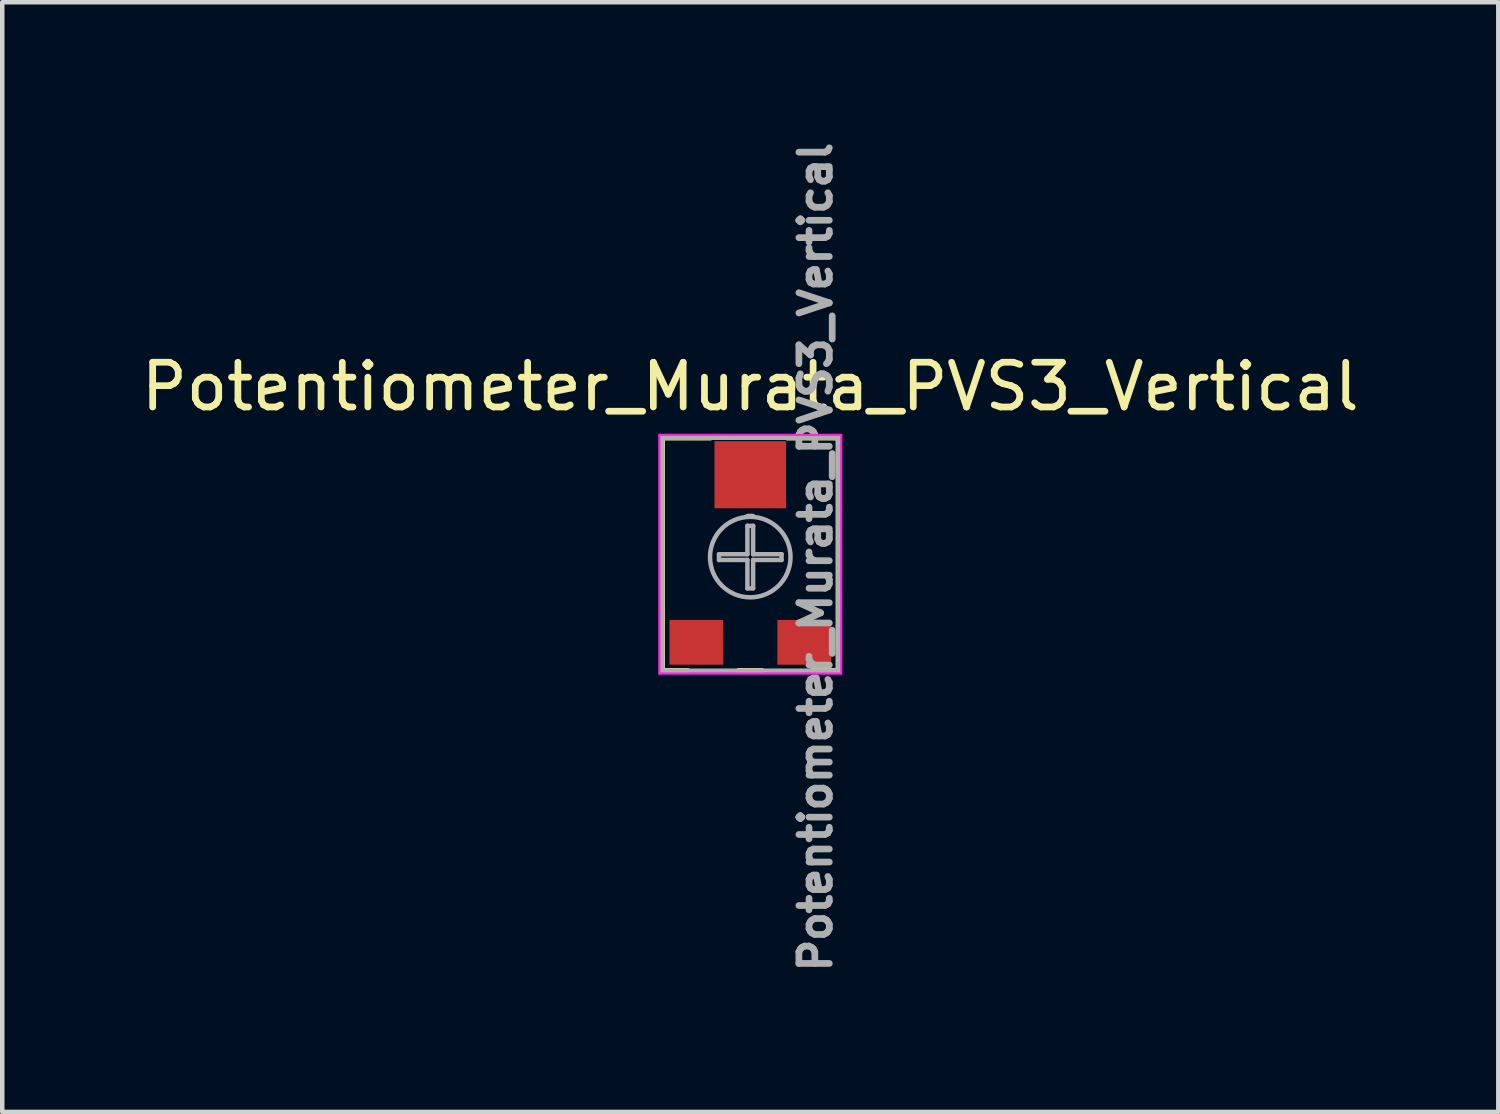
<source format=kicad_pcb>
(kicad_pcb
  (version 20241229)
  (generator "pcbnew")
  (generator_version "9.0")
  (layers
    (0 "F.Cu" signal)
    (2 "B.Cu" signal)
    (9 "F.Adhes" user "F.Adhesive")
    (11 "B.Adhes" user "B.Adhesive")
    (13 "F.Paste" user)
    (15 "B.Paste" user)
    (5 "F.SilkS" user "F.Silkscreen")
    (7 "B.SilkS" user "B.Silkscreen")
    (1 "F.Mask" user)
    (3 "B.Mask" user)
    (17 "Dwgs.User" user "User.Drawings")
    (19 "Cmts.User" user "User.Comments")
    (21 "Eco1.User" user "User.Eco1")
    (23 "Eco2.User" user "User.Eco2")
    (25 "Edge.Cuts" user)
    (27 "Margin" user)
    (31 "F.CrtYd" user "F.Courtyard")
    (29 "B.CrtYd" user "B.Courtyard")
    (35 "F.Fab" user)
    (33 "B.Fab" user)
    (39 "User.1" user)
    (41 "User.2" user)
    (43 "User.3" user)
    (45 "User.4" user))
  (footprint "Potentiometer_Murata_PVS3_Vertical"
    (layer "F.Cu")
    (at 13.72 9.402)
    (property "Reference" "Potentiometer_Murata_PVS3_Vertical" (at 0 -3.81 0) (layer "F.SilkS") (effects (font (size 1 1) (thickness 0.15))))
    (attr smd)
    (fp_line (start -1.968 -2.667) (end -1.968 2.54) (stroke (width 0.12) (type solid)) (layer "F.SilkS"))
    (fp_line (start -1.397 2.54) (end -1.968 2.54) (stroke (width 0.12) (type solid)) (layer "F.SilkS"))
    (fp_line (start -0.889 -2.667) (end -1.968 -2.667) (stroke (width 0.12) (type solid)) (layer "F.SilkS"))
    (fp_line (start 0.26 2.54) (end -0.26 2.54) (stroke (width 0.12) (type solid)) (layer "F.SilkS"))
    (fp_line (start 1.968 -2.667) (end 0.826 -2.667) (stroke (width 0.12) (type solid)) (layer "F.SilkS"))
    (fp_line (start 1.968 -2.667) (end 1.968 2.54) (stroke (width 0.12) (type solid)) (layer "F.SilkS"))
    (fp_line (start 1.968 2.54) (end 1.387 2.54) (stroke (width 0.12) (type solid)) (layer "F.SilkS"))
    (fp_line (start -2.032 -2.731) (end -2.032 2.603) (stroke (width 0.05) (type solid)) (layer "F.CrtYd"))
    (fp_line (start -2.032 2.603) (end 2.032 2.603) (stroke (width 0.05) (type solid)) (layer "F.CrtYd"))
    (fp_line (start 2.032 -2.731) (end -2.032 -2.731) (stroke (width 0.05) (type solid)) (layer "F.CrtYd"))
    (fp_line (start 2.032 2.603) (end 2.032 -2.731) (stroke (width 0.05) (type solid)) (layer "F.CrtYd"))
    (fp_line (start -1.968 -2.667) (end -1.968 2.54) (stroke (width 0.1) (type solid)) (layer "F.Fab"))
    (fp_line (start -1.968 2.54) (end 1.968 2.54) (stroke (width 0.1) (type solid)) (layer "F.Fab"))
    (fp_line (start -0.699 -0.064) (end -0.064 -0.064) (stroke (width 0.1) (type solid)) (layer "F.Fab"))
    (fp_line (start -0.699 0.064) (end -0.699 -0.064) (stroke (width 0.1) (type solid)) (layer "F.Fab"))
    (fp_line (start -0.064 -0.699) (end 0.064 -0.699) (stroke (width 0.1) (type solid)) (layer "F.Fab"))
    (fp_line (start -0.064 -0.064) (end -0.064 -0.699) (stroke (width 0.1) (type solid)) (layer "F.Fab"))
    (fp_line (start -0.064 0.064) (end -0.699 0.064) (stroke (width 0.1) (type solid)) (layer "F.Fab"))
    (fp_line (start -0.064 0.699) (end -0.064 0.064) (stroke (width 0.1) (type solid)) (layer "F.Fab"))
    (fp_line (start -0.058 -0.92) (end 0.058 -0.92) (stroke (width 0.1) (type solid)) (layer "F.Fab"))
    (fp_line (start 0.064 -0.699) (end 0.064 -0.064) (stroke (width 0.1) (type solid)) (layer "F.Fab"))
    (fp_line (start 0.064 -0.064) (end 0.699 -0.064) (stroke (width 0.1) (type solid)) (layer "F.Fab"))
    (fp_line (start 0.064 0.064) (end 0.064 0.699) (stroke (width 0.1) (type solid)) (layer "F.Fab"))
    (fp_line (start 0.064 0.699) (end -0.064 0.699) (stroke (width 0.1) (type solid)) (layer "F.Fab"))
    (fp_line (start 0.699 -0.064) (end 0.699 0.064) (stroke (width 0.1) (type solid)) (layer "F.Fab"))
    (fp_line (start 0.699 0.064) (end 0.064 0.064) (stroke (width 0.1) (type solid)) (layer "F.Fab"))
    (fp_line (start 1.968 -2.667) (end -1.968 -2.667) (stroke (width 0.1) (type solid)) (layer "F.Fab"))
    (fp_line (start 1.968 2.54) (end 1.968 -2.667) (stroke (width 0.1) (type solid)) (layer "F.Fab"))
    (fp_circle (center 0 0) (end 0.9 0) (stroke (width 0.1) (type solid)) (fill no) (layer "F.Fab"))
    (fp_text user "${REFERENCE}" (at 1.46 0 270) (layer "F.Fab") (effects (font (size 0.68 0.68) (thickness 0.15))))
    (pad "A" smd rect (at -1.206 1.905) (size 1.2 1) (layers "F.Cu" "F.Mask" "F.Paste"))
    (pad "E" smd rect (at 1.206 1.905) (size 1.2 1) (layers "F.Cu" "F.Mask" "F.Paste"))
    (pad "S" smd rect (at 0 -1.841) (size 1.6 1.5) (layers "F.Cu" "F.Mask" "F.Paste")))
  (gr_rect
    (start -3 -3)
    (end 30.44 21.804)
    (stroke (width 0.1) (type default))
    (fill no)
    (layer "Edge.Cuts")))
</source>
